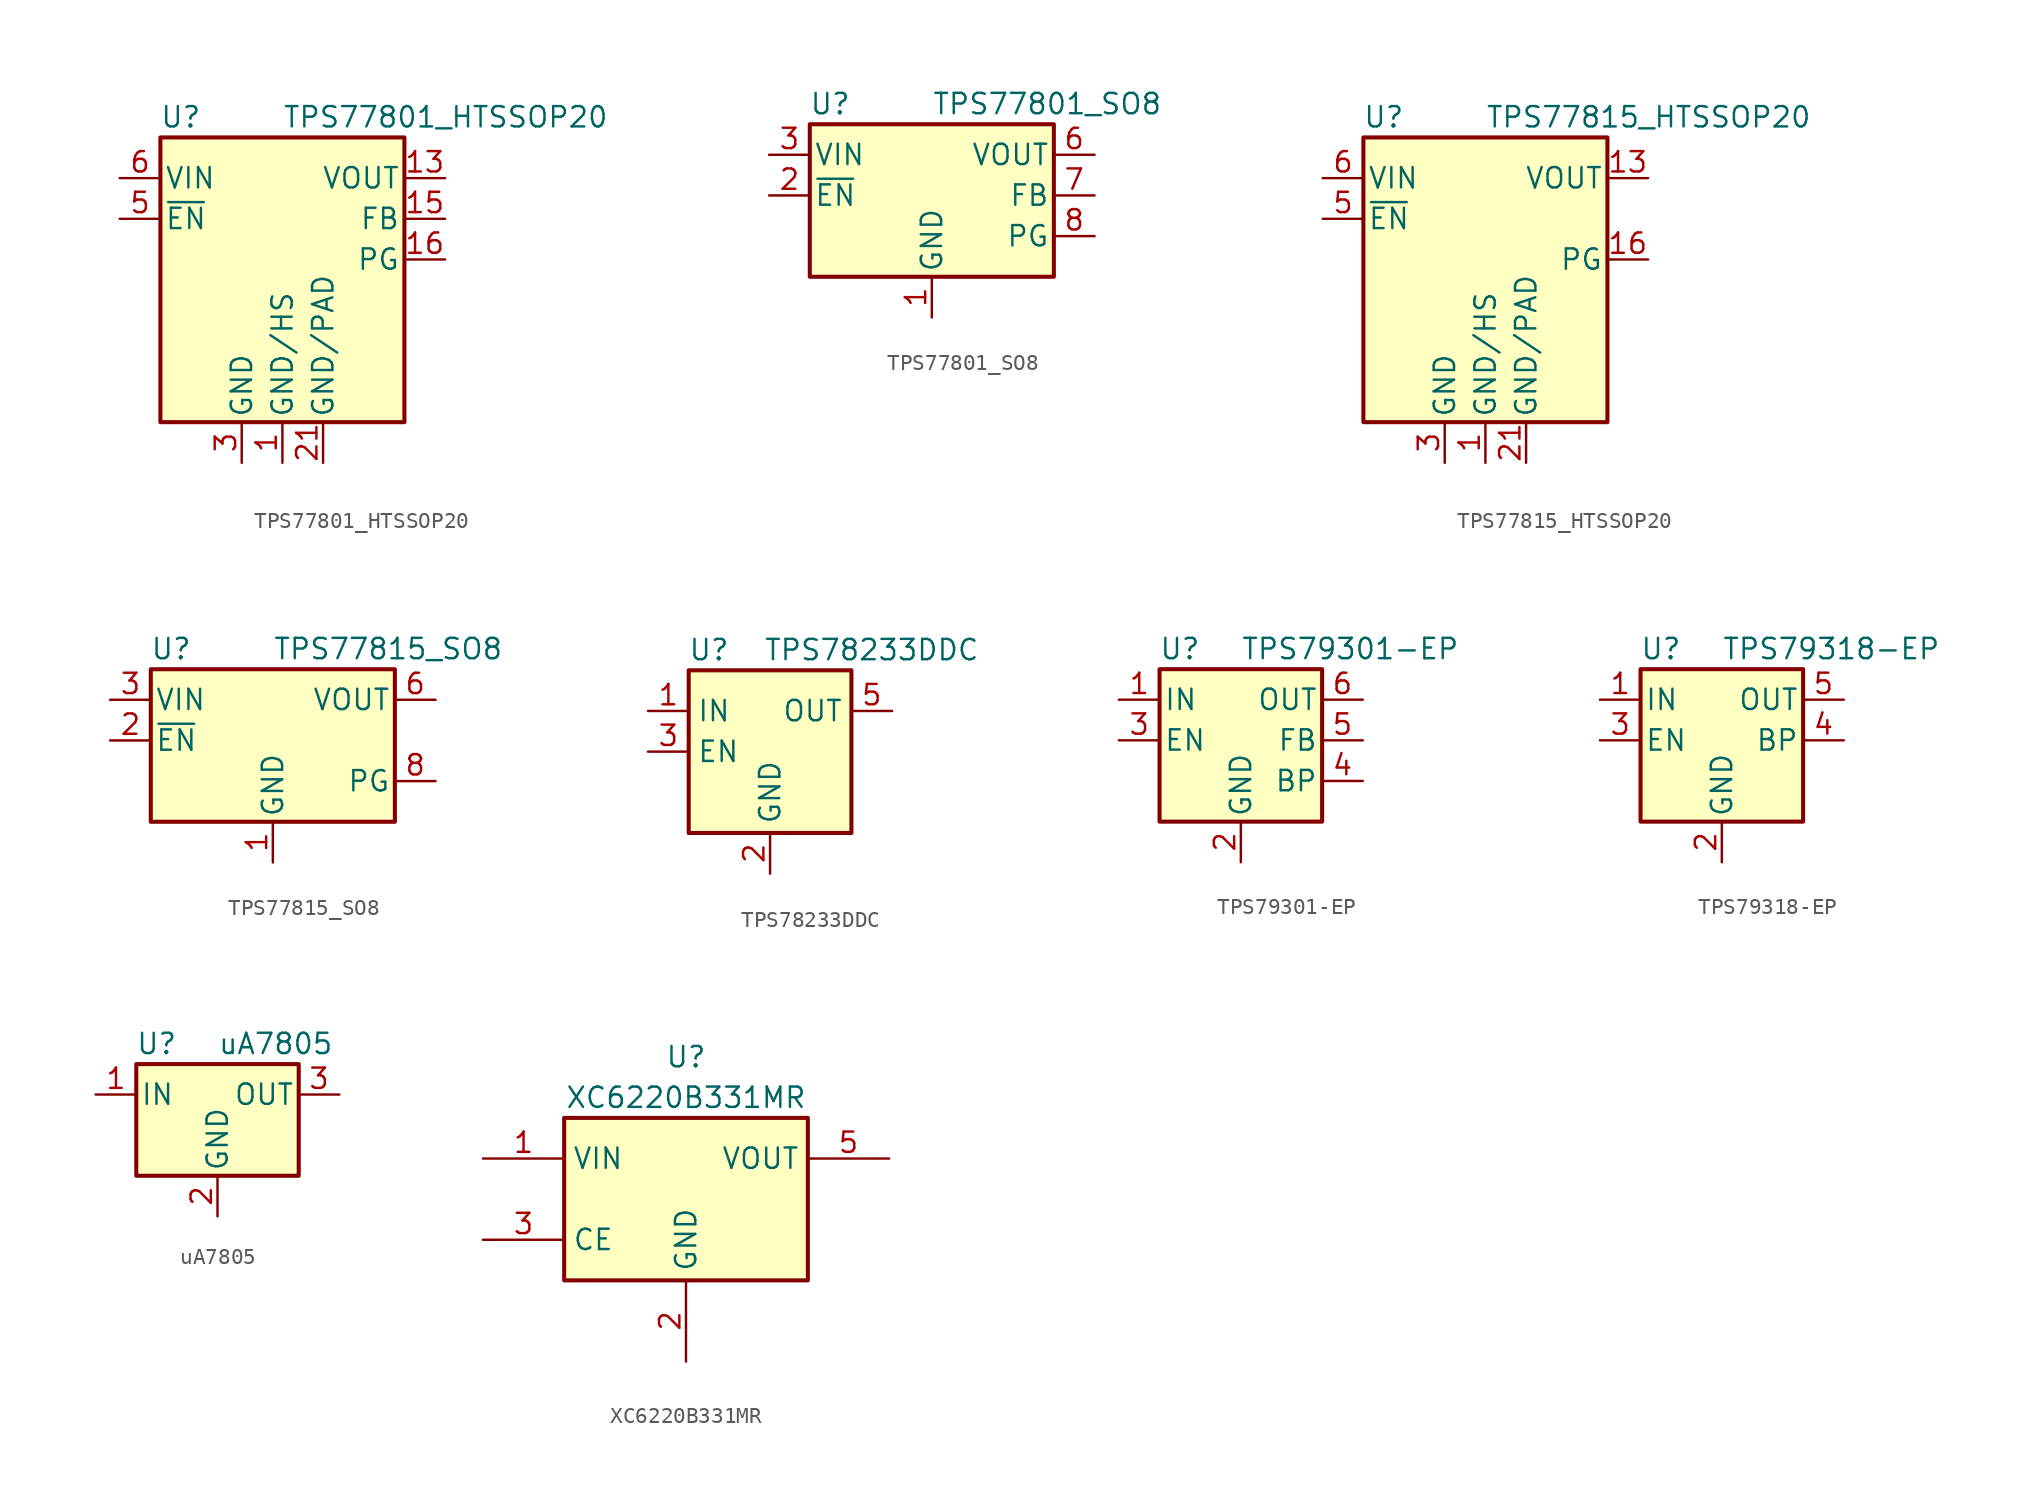
<source format=kicad_sym>
(kicad_symbol_lib
  (version 20220914)
  (generator kicad_symbol_editor)
  (symbol "TPS77801_HTSSOP20"
    (pin_names
      (offset 0.254))
    (property "Reference" "U"
      (at -6.35 8.89 0)
      (effects (font (size 1.27 1.27))))
    (property "Value" "TPS77801_HTSSOP20"
      (at 0 8.89 0)
      (effects (font (size 1.27 1.27)) (justify left)))
    (symbol "TPS77801_HTSSOP20_0_1"
      (rectangle (start -7.62 7.62) (end 7.62 -10.16) (stroke (width 0.254) (type solid)) (fill (type background))))
    (symbol "TPS77801_HTSSOP20_1_1"
      (pin power_in line (at 0 -12.7 90) (length 2.54) (name "GND/HS" (effects (font (size 1.27 1.27)))) (number "1" (effects (font (size 1.27 1.27)))))
      (pin passive line (at 0 -12.7 90) (length 2.54) hide (name "GND/HS" (effects (font (size 1.27 1.27)))) (number "10" (effects (font (size 1.27 1.27)))))
      (pin passive line (at 0 -12.7 90) (length 2.54) hide (name "GND/HS" (effects (font (size 1.27 1.27)))) (number "11" (effects (font (size 1.27 1.27)))))
      (pin passive line (at 0 -12.7 90) (length 2.54) hide (name "GND/HS" (effects (font (size 1.27 1.27)))) (number "12" (effects (font (size 1.27 1.27)))))
      (pin power_out line (at 10.16 5.08 180) (length 2.54) (name "VOUT" (effects (font (size 1.27 1.27)))) (number "13" (effects (font (size 1.27 1.27)))))
      (pin passive line (at 10.16 5.08 180) (length 2.54) hide (name "VOUT" (effects (font (size 1.27 1.27)))) (number "14" (effects (font (size 1.27 1.27)))))
      (pin passive line (at 10.16 2.54 180) (length 2.54) (name "FB" (effects (font (size 1.27 1.27)))) (number "15" (effects (font (size 1.27 1.27)))))
      (pin open_collector line (at 10.16 0 180) (length 2.54) (name "PG" (effects (font (size 1.27 1.27)))) (number "16" (effects (font (size 1.27 1.27)))))
      (pin no_connect line (at 10.16 -2.54 180) (length 2.54) hide (name "NC" (effects (font (size 1.27 1.27)))) (number "17" (effects (font (size 1.27 1.27)))))
      (pin no_connect line (at 10.16 -5.08 180) (length 2.54) hide (name "NC" (effects (font (size 1.27 1.27)))) (number "18" (effects (font (size 1.27 1.27)))))
      (pin passive line (at 0 -12.7 90) (length 2.54) hide (name "GND/HS" (effects (font (size 1.27 1.27)))) (number "19" (effects (font (size 1.27 1.27)))))
      (pin passive line (at 0 -12.7 90) (length 2.54) hide (name "GND/HS" (effects (font (size 1.27 1.27)))) (number "2" (effects (font (size 1.27 1.27)))))
      (pin passive line (at 0 -12.7 90) (length 2.54) hide (name "GND/HS" (effects (font (size 1.27 1.27)))) (number "20" (effects (font (size 1.27 1.27)))))
      (pin power_in line (at 2.54 -12.7 90) (length 2.54) (name "GND/PAD" (effects (font (size 1.27 1.27)))) (number "21" (effects (font (size 1.27 1.27)))))
      (pin power_in line (at -2.54 -12.7 90) (length 2.54) (name "GND" (effects (font (size 1.27 1.27)))) (number "3" (effects (font (size 1.27 1.27)))))
      (pin no_connect line (at -10.16 0 0) (length 2.54) hide (name "NC" (effects (font (size 1.27 1.27)))) (number "4" (effects (font (size 1.27 1.27)))))
      (pin input line (at -10.16 2.54 0) (length 2.54) (name "~{EN}" (effects (font (size 1.27 1.27)))) (number "5" (effects (font (size 1.27 1.27)))))
      (pin power_in line (at -10.16 5.08 0) (length 2.54) (name "VIN" (effects (font (size 1.27 1.27)))) (number "6" (effects (font (size 1.27 1.27)))))
      (pin passive line (at -10.16 5.08 0) (length 2.54) hide (name "VIN" (effects (font (size 1.27 1.27)))) (number "7" (effects (font (size 1.27 1.27)))))
      (pin no_connect line (at -10.16 -2.54 0) (length 2.54) hide (name "NC" (effects (font (size 1.27 1.27)))) (number "8" (effects (font (size 1.27 1.27)))))
      (pin passive line (at 0 -12.7 90) (length 2.54) hide (name "GND/HS" (effects (font (size 1.27 1.27)))) (number "9" (effects (font (size 1.27 1.27)))))))
  (symbol "TPS77801_SO8"
    (pin_names
      (offset 0.254))
    (property "Reference" "U"
      (at -6.35 5.715 0)
      (effects (font (size 1.27 1.27))))
    (property "Value" "TPS77801_SO8"
      (at 0 5.715 0)
      (effects (font (size 1.27 1.27)) (justify left)))
    (symbol "TPS77801_SO8_0_1"
      (rectangle (start -7.62 4.445) (end 7.62 -5.08) (stroke (width 0.254) (type solid)) (fill (type background))))
    (symbol "TPS77801_SO8_1_1"
      (pin power_in line (at 0 -7.62 90) (length 2.54) (name "GND" (effects (font (size 1.27 1.27)))) (number "1" (effects (font (size 1.27 1.27)))))
      (pin input line (at -10.16 0 0) (length 2.54) (name "~{EN}" (effects (font (size 1.27 1.27)))) (number "2" (effects (font (size 1.27 1.27)))))
      (pin power_in line (at -10.16 2.54 0) (length 2.54) (name "VIN" (effects (font (size 1.27 1.27)))) (number "3" (effects (font (size 1.27 1.27)))))
      (pin passive line (at -10.16 2.54 0) (length 2.54) hide (name "VIN" (effects (font (size 1.27 1.27)))) (number "4" (effects (font (size 1.27 1.27)))))
      (pin passive line (at 10.16 2.54 180) (length 2.54) hide (name "VOUT" (effects (font (size 1.27 1.27)))) (number "5" (effects (font (size 1.27 1.27)))))
      (pin power_out line (at 10.16 2.54 180) (length 2.54) (name "VOUT" (effects (font (size 1.27 1.27)))) (number "6" (effects (font (size 1.27 1.27)))))
      (pin passive line (at 10.16 0 180) (length 2.54) (name "FB" (effects (font (size 1.27 1.27)))) (number "7" (effects (font (size 1.27 1.27)))))
      (pin open_collector line (at 10.16 -2.54 180) (length 2.54) (name "PG" (effects (font (size 1.27 1.27)))) (number "8" (effects (font (size 1.27 1.27)))))))
  (symbol "TPS77815_HTSSOP20"
    (pin_names
      (offset 0.254))
    (property "Reference" "U"
      (at -6.35 8.89 0)
      (effects (font (size 1.27 1.27))))
    (property "Value" "TPS77815_HTSSOP20"
      (at 0 8.89 0)
      (effects (font (size 1.27 1.27)) (justify left)))
    (symbol "TPS77815_HTSSOP20_0_1"
      (rectangle (start -7.62 7.62) (end 7.62 -10.16) (stroke (width 0.254) (type solid)) (fill (type background))))
    (symbol "TPS77815_HTSSOP20_1_1"
      (pin power_in line (at 0 -12.7 90) (length 2.54) (name "GND/HS" (effects (font (size 1.27 1.27)))) (number "1" (effects (font (size 1.27 1.27)))))
      (pin passive line (at 0 -12.7 90) (length 2.54) hide (name "GND/HS" (effects (font (size 1.27 1.27)))) (number "10" (effects (font (size 1.27 1.27)))))
      (pin passive line (at 0 -12.7 90) (length 2.54) hide (name "GND/HS" (effects (font (size 1.27 1.27)))) (number "11" (effects (font (size 1.27 1.27)))))
      (pin passive line (at 0 -12.7 90) (length 2.54) hide (name "GND/HS" (effects (font (size 1.27 1.27)))) (number "12" (effects (font (size 1.27 1.27)))))
      (pin power_out line (at 10.16 5.08 180) (length 2.54) (name "VOUT" (effects (font (size 1.27 1.27)))) (number "13" (effects (font (size 1.27 1.27)))))
      (pin passive line (at 10.16 5.08 180) (length 2.54) hide (name "VOUT" (effects (font (size 1.27 1.27)))) (number "14" (effects (font (size 1.27 1.27)))))
      (pin no_connect line (at 10.16 2.54 180) (length 2.54) hide (name "NC" (effects (font (size 1.27 1.27)))) (number "15" (effects (font (size 1.27 1.27)))))
      (pin open_collector line (at 10.16 0 180) (length 2.54) (name "PG" (effects (font (size 1.27 1.27)))) (number "16" (effects (font (size 1.27 1.27)))))
      (pin no_connect line (at 10.16 -2.54 180) (length 2.54) hide (name "NC" (effects (font (size 1.27 1.27)))) (number "17" (effects (font (size 1.27 1.27)))))
      (pin no_connect line (at 10.16 -5.08 180) (length 2.54) hide (name "NC" (effects (font (size 1.27 1.27)))) (number "18" (effects (font (size 1.27 1.27)))))
      (pin passive line (at 0 -12.7 90) (length 2.54) hide (name "GND/HS" (effects (font (size 1.27 1.27)))) (number "19" (effects (font (size 1.27 1.27)))))
      (pin passive line (at 0 -12.7 90) (length 2.54) hide (name "GND/HS" (effects (font (size 1.27 1.27)))) (number "2" (effects (font (size 1.27 1.27)))))
      (pin passive line (at 0 -12.7 90) (length 2.54) hide (name "GND/HS" (effects (font (size 1.27 1.27)))) (number "20" (effects (font (size 1.27 1.27)))))
      (pin power_in line (at 2.54 -12.7 90) (length 2.54) (name "GND/PAD" (effects (font (size 1.27 1.27)))) (number "21" (effects (font (size 1.27 1.27)))))
      (pin power_in line (at -2.54 -12.7 90) (length 2.54) (name "GND" (effects (font (size 1.27 1.27)))) (number "3" (effects (font (size 1.27 1.27)))))
      (pin no_connect line (at -10.16 0 0) (length 2.54) hide (name "NC" (effects (font (size 1.27 1.27)))) (number "4" (effects (font (size 1.27 1.27)))))
      (pin input line (at -10.16 2.54 0) (length 2.54) (name "~{EN}" (effects (font (size 1.27 1.27)))) (number "5" (effects (font (size 1.27 1.27)))))
      (pin power_in line (at -10.16 5.08 0) (length 2.54) (name "VIN" (effects (font (size 1.27 1.27)))) (number "6" (effects (font (size 1.27 1.27)))))
      (pin passive line (at -10.16 5.08 0) (length 2.54) hide (name "VIN" (effects (font (size 1.27 1.27)))) (number "7" (effects (font (size 1.27 1.27)))))
      (pin no_connect line (at -10.16 -2.54 0) (length 2.54) hide (name "NC" (effects (font (size 1.27 1.27)))) (number "8" (effects (font (size 1.27 1.27)))))
      (pin passive line (at 0 -12.7 90) (length 2.54) hide (name "GND/HS" (effects (font (size 1.27 1.27)))) (number "9" (effects (font (size 1.27 1.27)))))))
  (symbol "TPS77815_SO8"
    (pin_names
      (offset 0.254))
    (property "Reference" "U"
      (at -6.35 5.715 0)
      (effects (font (size 1.27 1.27))))
    (property "Value" "TPS77815_SO8"
      (at 0 5.715 0)
      (effects (font (size 1.27 1.27)) (justify left)))
    (symbol "TPS77815_SO8_0_1"
      (rectangle (start -7.62 4.445) (end 7.62 -5.08) (stroke (width 0.254) (type solid)) (fill (type background))))
    (symbol "TPS77815_SO8_1_1"
      (pin power_in line (at 0 -7.62 90) (length 2.54) (name "GND" (effects (font (size 1.27 1.27)))) (number "1" (effects (font (size 1.27 1.27)))))
      (pin input line (at -10.16 0 0) (length 2.54) (name "~{EN}" (effects (font (size 1.27 1.27)))) (number "2" (effects (font (size 1.27 1.27)))))
      (pin power_in line (at -10.16 2.54 0) (length 2.54) (name "VIN" (effects (font (size 1.27 1.27)))) (number "3" (effects (font (size 1.27 1.27)))))
      (pin passive line (at -10.16 2.54 0) (length 2.54) hide (name "VIN" (effects (font (size 1.27 1.27)))) (number "4" (effects (font (size 1.27 1.27)))))
      (pin passive line (at 10.16 2.54 180) (length 2.54) hide (name "VOUT" (effects (font (size 1.27 1.27)))) (number "5" (effects (font (size 1.27 1.27)))))
      (pin power_out line (at 10.16 2.54 180) (length 2.54) (name "VOUT" (effects (font (size 1.27 1.27)))) (number "6" (effects (font (size 1.27 1.27)))))
      (pin no_connect line (at 10.16 0 180) (length 2.54) hide (name "NC" (effects (font (size 1.27 1.27)))) (number "7" (effects (font (size 1.27 1.27)))))
      (pin open_collector line (at 10.16 -2.54 180) (length 2.54) (name "PG" (effects (font (size 1.27 1.27)))) (number "8" (effects (font (size 1.27 1.27)))))))
  (symbol "TPS78233DDC"
    (property "Reference" "U"
      (at -3.81 6.35 0)
      (effects (font (size 1.27 1.27))))
    (property "Value" "TPS78233DDC"
      (at 6.35 6.35 0)
      (effects (font (size 1.27 1.27))))
    (symbol "TPS78233DDC_0_1"
      (rectangle (start -5.08 -5.08) (end 5.08 5.08) (stroke (width 0.254) (type solid)) (fill (type background)))
      (pin power_in line (at -7.62 2.54 0) (length 2.54) (name "IN" (effects (font (size 1.27 1.27)))) (number "1" (effects (font (size 1.27 1.27)))))
      (pin power_in line (at 0 -7.62 90) (length 2.54) (name "GND" (effects (font (size 1.27 1.27)))) (number "2" (effects (font (size 1.27 1.27)))))
      (pin input line (at -7.62 0 0) (length 2.54) (name "EN" (effects (font (size 1.27 1.27)))) (number "3" (effects (font (size 1.27 1.27)))))
      (pin power_out line (at 7.62 2.54 180) (length 2.54) (name "OUT" (effects (font (size 1.27 1.27)))) (number "5" (effects (font (size 1.27 1.27))))))
    (symbol "TPS78233DDC_1_1"
      (pin passive line (at 0 -7.62 90) (length 2.54) hide (name "GND" (effects (font (size 1.27 1.27)))) (number "4" (effects (font (size 1.27 1.27)))))))
  (symbol "TPS79301-EP"
    (pin_names
      (offset 0.254))
    (property "Reference" "U"
      (at -3.81 5.715 0)
      (effects (font (size 1.27 1.27))))
    (property "Value" "TPS79301-EP"
      (at 0 5.715 0)
      (effects (font (size 1.27 1.27)) (justify left)))
    (symbol "TPS79301-EP_1_1"
      (rectangle (start 5.08 -5.08) (end -5.08 4.445) (stroke (width 0.254) (type solid)) (fill (type background)))
      (pin power_in line (at -7.62 2.54 0) (length 2.54) (name "IN" (effects (font (size 1.27 1.27)))) (number "1" (effects (font (size 1.27 1.27)))))
      (pin power_in line (at 0 -7.62 90) (length 2.54) (name "GND" (effects (font (size 1.27 1.27)))) (number "2" (effects (font (size 1.27 1.27)))))
      (pin input line (at -7.62 0 0) (length 2.54) (name "EN" (effects (font (size 1.27 1.27)))) (number "3" (effects (font (size 1.27 1.27)))))
      (pin passive line (at 7.62 -2.54 180) (length 2.54) (name "BP" (effects (font (size 1.27 1.27)))) (number "4" (effects (font (size 1.27 1.27)))))
      (pin input line (at 7.62 0 180) (length 2.54) (name "FB" (effects (font (size 1.27 1.27)))) (number "5" (effects (font (size 1.27 1.27)))))
      (pin power_out line (at 7.62 2.54 180) (length 2.54) (name "OUT" (effects (font (size 1.27 1.27)))) (number "6" (effects (font (size 1.27 1.27)))))))
  (symbol "TPS79318-EP"
    (pin_names
      (offset 0.254))
    (property "Reference" "U"
      (at -3.81 5.715 0)
      (effects (font (size 1.27 1.27))))
    (property "Value" "TPS79318-EP"
      (at 0 5.715 0)
      (effects (font (size 1.27 1.27)) (justify left)))
    (symbol "TPS79318-EP_1_1"
      (rectangle (start 5.08 -5.08) (end -5.08 4.445) (stroke (width 0.254) (type solid)) (fill (type background)))
      (pin power_in line (at -7.62 2.54 0) (length 2.54) (name "IN" (effects (font (size 1.27 1.27)))) (number "1" (effects (font (size 1.27 1.27)))))
      (pin power_in line (at 0 -7.62 90) (length 2.54) (name "GND" (effects (font (size 1.27 1.27)))) (number "2" (effects (font (size 1.27 1.27)))))
      (pin input line (at -7.62 0 0) (length 2.54) (name "EN" (effects (font (size 1.27 1.27)))) (number "3" (effects (font (size 1.27 1.27)))))
      (pin bidirectional line (at 7.62 0 180) (length 2.54) (name "BP" (effects (font (size 1.27 1.27)))) (number "4" (effects (font (size 1.27 1.27)))))
      (pin power_out line (at 7.62 2.54 180) (length 2.54) (name "OUT" (effects (font (size 1.27 1.27)))) (number "5" (effects (font (size 1.27 1.27)))))))
  (symbol "uA7805"
    (pin_names
      (offset 0.254))
    (property "Reference" "U"
      (at -3.81 3.175 0)
      (effects (font (size 1.27 1.27))))
    (property "Value" "uA7805"
      (at 0 3.175 0)
      (effects (font (size 1.27 1.27)) (justify left)))
    (symbol "uA7805_0_1"
      (rectangle (start -5.08 1.905) (end 5.08 -5.08) (stroke (width 0.254) (type solid)) (fill (type background))))
    (symbol "uA7805_1_1"
      (pin power_in line (at -7.62 0 0) (length 2.54) (name "IN" (effects (font (size 1.27 1.27)))) (number "1" (effects (font (size 1.27 1.27)))))
      (pin power_in line (at 0 -7.62 90) (length 2.54) (name "GND" (effects (font (size 1.27 1.27)))) (number "2" (effects (font (size 1.27 1.27)))))
      (pin power_out line (at 7.62 0 180) (length 2.54) (name "OUT" (effects (font (size 1.27 1.27)))) (number "3" (effects (font (size 1.27 1.27)))))))
  (symbol "XC6220B331MR"
    (property "Reference" "U"
      (at 0 8.89 0)
      (effects (font (size 1.27 1.27))))
    (property "Value" "XC6220B331MR"
      (at 0 6.35 0)
      (effects (font (size 1.27 1.27))))
    (symbol "XC6220B331MR_0_1"
      (rectangle (start -7.62 5.08) (end 7.62 -5.08) (stroke (width 0.254) (type solid)) (fill (type background))))
    (symbol "XC6220B331MR_1_1"
      (pin power_in line (at -12.7 2.54 0) (length 5.08) (name "VIN" (effects (font (size 1.27 1.27)))) (number "1" (effects (font (size 1.27 1.27)))))
      (pin power_in line (at 0 -10.16 90) (length 5.08) (name "GND" (effects (font (size 1.27 1.27)))) (number "2" (effects (font (size 1.27 1.27)))))
      (pin input line (at -12.7 -2.54 0) (length 5.08) (name "CE" (effects (font (size 1.27 1.27)))) (number "3" (effects (font (size 1.27 1.27)))))
      (pin no_connect line (at 12.7 -2.54 180) (length 5.08) hide (name "NC" (effects (font (size 1.27 1.27)))) (number "4" (effects (font (size 1.27 1.27)))))
      (pin power_out line (at 12.7 2.54 180) (length 5.08) (name "VOUT" (effects (font (size 1.27 1.27)))) (number "5" (effects (font (size 1.27 1.27))))))))
</source>
